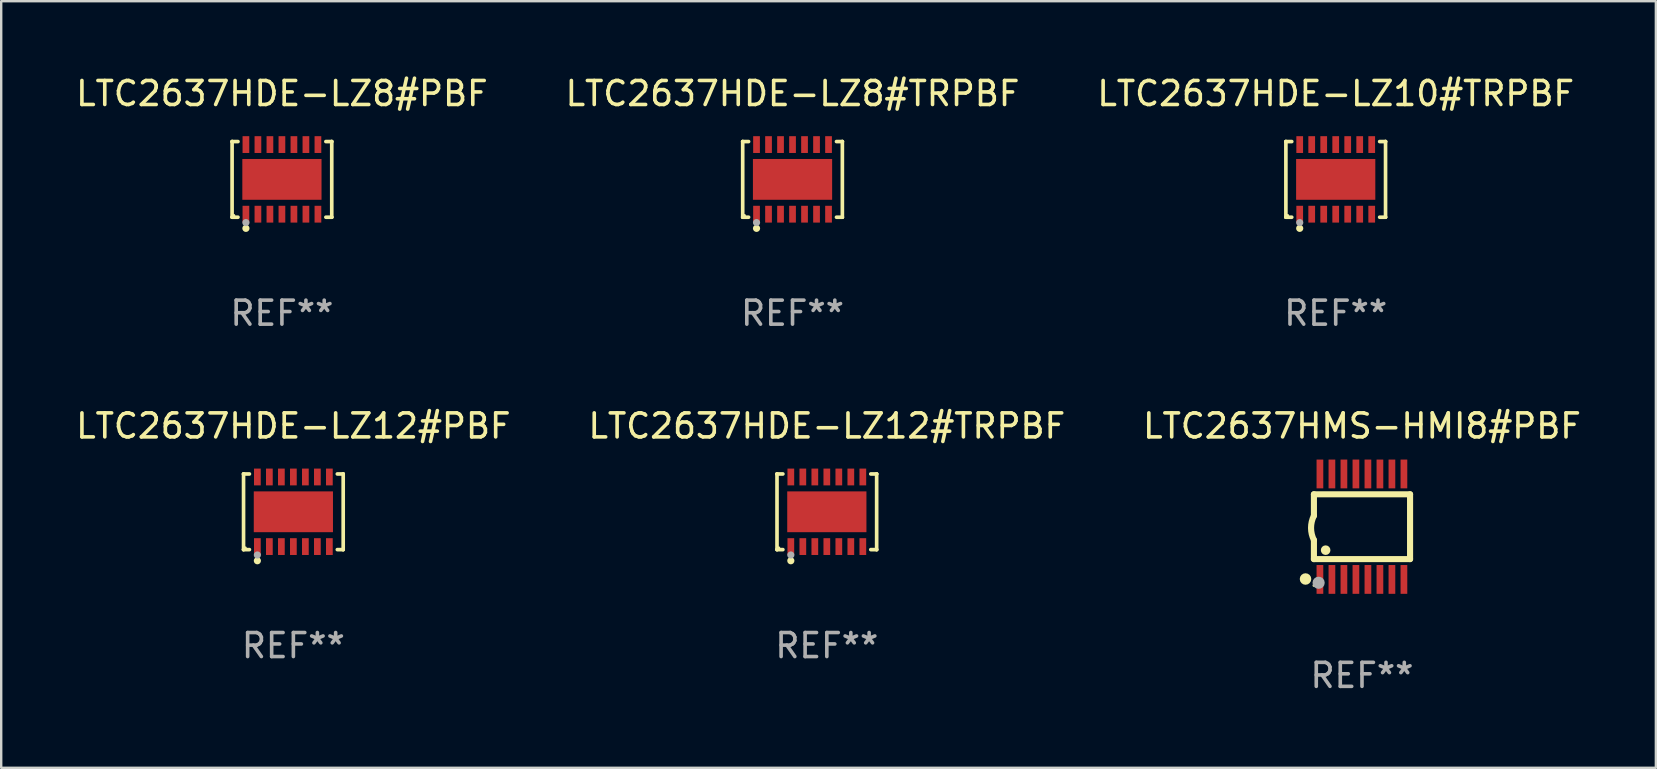
<source format=kicad_pcb>
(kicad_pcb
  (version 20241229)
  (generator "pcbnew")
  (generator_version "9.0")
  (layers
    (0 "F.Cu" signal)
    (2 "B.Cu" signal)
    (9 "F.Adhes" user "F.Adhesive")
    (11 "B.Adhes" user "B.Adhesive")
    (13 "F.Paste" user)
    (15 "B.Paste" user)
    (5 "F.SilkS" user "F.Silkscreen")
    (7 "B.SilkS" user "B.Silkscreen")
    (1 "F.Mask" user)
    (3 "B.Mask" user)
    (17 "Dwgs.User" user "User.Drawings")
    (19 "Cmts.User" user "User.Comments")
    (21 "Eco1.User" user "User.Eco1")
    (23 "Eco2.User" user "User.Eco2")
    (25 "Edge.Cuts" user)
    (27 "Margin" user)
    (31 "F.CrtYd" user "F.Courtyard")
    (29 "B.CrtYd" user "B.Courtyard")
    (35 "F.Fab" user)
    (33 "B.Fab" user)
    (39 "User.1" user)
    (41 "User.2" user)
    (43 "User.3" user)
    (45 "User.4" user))
  (footprint "LTC2637HDE-LZ8#TRPBF"
    (layer "F.Cu")
    (at 29.97 4.424)
    (property "Reference" "LTC2637HDE-LZ8#TRPBF" (at 0 -3.576 0) (layer "F.SilkS") (effects (font (size 1 1) (thickness 0.15))))
    (attr through_hole)
    (fp_line (start -2.076 -1.576) (end -2.076 -1.576) (stroke (width 0.152) (type solid)) (layer "F.SilkS"))
    (fp_line (start -2.076 -1.576) (end -1.831 -1.576) (stroke (width 0.152) (type solid)) (layer "F.SilkS"))
    (fp_line (start -2.076 1.576) (end -2.076 -1.576) (stroke (width 0.152) (type solid)) (layer "F.SilkS"))
    (fp_line (start -2.076 1.576) (end -2.076 1.576) (stroke (width 0.152) (type solid)) (layer "F.SilkS"))
    (fp_line (start -1.831 1.576) (end -2.076 1.576) (stroke (width 0.152) (type solid)) (layer "F.SilkS"))
    (fp_line (start 1.831 1.576) (end 2.076 1.576) (stroke (width 0.152) (type solid)) (layer "F.SilkS"))
    (fp_line (start 2.076 -1.576) (end 1.831 -1.576) (stroke (width 0.152) (type solid)) (layer "F.SilkS"))
    (fp_line (start 2.076 -1.576) (end 2.076 -1.576) (stroke (width 0.152) (type solid)) (layer "F.SilkS"))
    (fp_line (start 2.076 1.576) (end 2.076 -1.576) (stroke (width 0.152) (type solid)) (layer "F.SilkS"))
    (fp_line (start 2.076 1.576) (end 2.076 1.576) (stroke (width 0.152) (type solid)) (layer "F.SilkS"))
    (fp_circle (center -2 1.5) (end -1.97 1.5) (stroke (width 0.06) (type solid)) (fill no) (layer "F.SilkS"))
    (fp_circle (center -1.5 2.04) (end -1.425 2.04) (stroke (width 0.15) (type solid)) (fill no) (layer "F.SilkS"))
    (fp_circle (center -1.5 1.8) (end -1.425 1.8) (stroke (width 0.15) (type solid)) (fill no) (layer "F.Fab"))
    (fp_text user "REF**" (at 0 5.576 0) (layer "F.Fab") (effects (font (size 1 1) (thickness 0.15))))
    (pad "1" smd rect (at -1.5 1.45) (size 0.28 0.7) (layers "F.Cu" "F.Mask" "F.Paste"))
    (pad "2" smd rect (at -1 1.45) (size 0.28 0.7) (layers "F.Cu" "F.Mask" "F.Paste"))
    (pad "3" smd rect (at -0.5 1.45) (size 0.28 0.7) (layers "F.Cu" "F.Mask" "F.Paste"))
    (pad "4" smd rect (at 0 1.45) (size 0.28 0.7) (layers "F.Cu" "F.Mask" "F.Paste"))
    (pad "5" smd rect (at 0.5 1.45) (size 0.28 0.7) (layers "F.Cu" "F.Mask" "F.Paste"))
    (pad "6" smd rect (at 1 1.45) (size 0.28 0.7) (layers "F.Cu" "F.Mask" "F.Paste"))
    (pad "7" smd rect (at 1.5 1.45) (size 0.28 0.7) (layers "F.Cu" "F.Mask" "F.Paste"))
    (pad "8" smd rect (at 1.5 -1.45) (size 0.28 0.7) (layers "F.Cu" "F.Mask" "F.Paste"))
    (pad "9" smd rect (at 1 -1.45) (size 0.28 0.7) (layers "F.Cu" "F.Mask" "F.Paste"))
    (pad "10" smd rect (at 0.5 -1.45) (size 0.28 0.7) (layers "F.Cu" "F.Mask" "F.Paste"))
    (pad "11" smd rect (at 0 -1.45) (size 0.28 0.7) (layers "F.Cu" "F.Mask" "F.Paste"))
    (pad "12" smd rect (at -0.5 -1.45) (size 0.28 0.7) (layers "F.Cu" "F.Mask" "F.Paste"))
    (pad "13" smd rect (at -1 -1.45) (size 0.28 0.7) (layers "F.Cu" "F.Mask" "F.Paste"))
    (pad "14" smd rect (at -1.5 -1.45) (size 0.28 0.7) (layers "F.Cu" "F.Mask" "F.Paste"))
    (pad "15" smd rect (at 0 0) (size 3.3 1.7) (layers "F.Cu" "F.Mask" "F.Paste")))
  (footprint "LTC2637HDE-LZ10#TRPBF"
    (layer "F.Cu")
    (at 52.601 4.424)
    (property "Reference" "LTC2637HDE-LZ10#TRPBF" (at 0 -3.576 0) (layer "F.SilkS") (effects (font (size 1 1) (thickness 0.15))))
    (attr through_hole)
    (fp_line (start -2.076 -1.576) (end -2.076 -1.576) (stroke (width 0.152) (type solid)) (layer "F.SilkS"))
    (fp_line (start -2.076 -1.576) (end -1.831 -1.576) (stroke (width 0.152) (type solid)) (layer "F.SilkS"))
    (fp_line (start -2.076 1.576) (end -2.076 -1.576) (stroke (width 0.152) (type solid)) (layer "F.SilkS"))
    (fp_line (start -2.076 1.576) (end -2.076 1.576) (stroke (width 0.152) (type solid)) (layer "F.SilkS"))
    (fp_line (start -1.831 1.576) (end -2.076 1.576) (stroke (width 0.152) (type solid)) (layer "F.SilkS"))
    (fp_line (start 1.831 1.576) (end 2.076 1.576) (stroke (width 0.152) (type solid)) (layer "F.SilkS"))
    (fp_line (start 2.076 -1.576) (end 1.831 -1.576) (stroke (width 0.152) (type solid)) (layer "F.SilkS"))
    (fp_line (start 2.076 -1.576) (end 2.076 -1.576) (stroke (width 0.152) (type solid)) (layer "F.SilkS"))
    (fp_line (start 2.076 1.576) (end 2.076 -1.576) (stroke (width 0.152) (type solid)) (layer "F.SilkS"))
    (fp_line (start 2.076 1.576) (end 2.076 1.576) (stroke (width 0.152) (type solid)) (layer "F.SilkS"))
    (fp_circle (center -2 1.5) (end -1.97 1.5) (stroke (width 0.06) (type solid)) (fill no) (layer "F.SilkS"))
    (fp_circle (center -1.5 2.04) (end -1.425 2.04) (stroke (width 0.15) (type solid)) (fill no) (layer "F.SilkS"))
    (fp_circle (center -1.5 1.8) (end -1.425 1.8) (stroke (width 0.15) (type solid)) (fill no) (layer "F.Fab"))
    (fp_text user "REF**" (at 0 5.576 0) (layer "F.Fab") (effects (font (size 1 1) (thickness 0.15))))
    (pad "1" smd rect (at -1.5 1.45) (size 0.28 0.7) (layers "F.Cu" "F.Mask" "F.Paste"))
    (pad "2" smd rect (at -1 1.45) (size 0.28 0.7) (layers "F.Cu" "F.Mask" "F.Paste"))
    (pad "3" smd rect (at -0.5 1.45) (size 0.28 0.7) (layers "F.Cu" "F.Mask" "F.Paste"))
    (pad "4" smd rect (at 0 1.45) (size 0.28 0.7) (layers "F.Cu" "F.Mask" "F.Paste"))
    (pad "5" smd rect (at 0.5 1.45) (size 0.28 0.7) (layers "F.Cu" "F.Mask" "F.Paste"))
    (pad "6" smd rect (at 1 1.45) (size 0.28 0.7) (layers "F.Cu" "F.Mask" "F.Paste"))
    (pad "7" smd rect (at 1.5 1.45) (size 0.28 0.7) (layers "F.Cu" "F.Mask" "F.Paste"))
    (pad "8" smd rect (at 1.5 -1.45) (size 0.28 0.7) (layers "F.Cu" "F.Mask" "F.Paste"))
    (pad "9" smd rect (at 1 -1.45) (size 0.28 0.7) (layers "F.Cu" "F.Mask" "F.Paste"))
    (pad "10" smd rect (at 0.5 -1.45) (size 0.28 0.7) (layers "F.Cu" "F.Mask" "F.Paste"))
    (pad "11" smd rect (at 0 -1.45) (size 0.28 0.7) (layers "F.Cu" "F.Mask" "F.Paste"))
    (pad "12" smd rect (at -0.5 -1.45) (size 0.28 0.7) (layers "F.Cu" "F.Mask" "F.Paste"))
    (pad "13" smd rect (at -1 -1.45) (size 0.28 0.7) (layers "F.Cu" "F.Mask" "F.Paste"))
    (pad "14" smd rect (at -1.5 -1.45) (size 0.28 0.7) (layers "F.Cu" "F.Mask" "F.Paste"))
    (pad "15" smd rect (at 0 0) (size 3.3 1.7) (layers "F.Cu" "F.Mask" "F.Paste")))
  (footprint "LTC2637HDE-LZ12#TRPBF"
    (layer "F.Cu")
    (at 31.399 18.273)
    (property "Reference" "LTC2637HDE-LZ12#TRPBF" (at 0 -3.576 0) (layer "F.SilkS") (effects (font (size 1 1) (thickness 0.15))))
    (attr through_hole)
    (fp_line (start -2.076 -1.576) (end -2.076 -1.576) (stroke (width 0.152) (type solid)) (layer "F.SilkS"))
    (fp_line (start -2.076 -1.576) (end -1.831 -1.576) (stroke (width 0.152) (type solid)) (layer "F.SilkS"))
    (fp_line (start -2.076 1.576) (end -2.076 -1.576) (stroke (width 0.152) (type solid)) (layer "F.SilkS"))
    (fp_line (start -2.076 1.576) (end -2.076 1.576) (stroke (width 0.152) (type solid)) (layer "F.SilkS"))
    (fp_line (start -1.831 1.576) (end -2.076 1.576) (stroke (width 0.152) (type solid)) (layer "F.SilkS"))
    (fp_line (start 1.831 1.576) (end 2.076 1.576) (stroke (width 0.152) (type solid)) (layer "F.SilkS"))
    (fp_line (start 2.076 -1.576) (end 1.831 -1.576) (stroke (width 0.152) (type solid)) (layer "F.SilkS"))
    (fp_line (start 2.076 -1.576) (end 2.076 -1.576) (stroke (width 0.152) (type solid)) (layer "F.SilkS"))
    (fp_line (start 2.076 1.576) (end 2.076 -1.576) (stroke (width 0.152) (type solid)) (layer "F.SilkS"))
    (fp_line (start 2.076 1.576) (end 2.076 1.576) (stroke (width 0.152) (type solid)) (layer "F.SilkS"))
    (fp_circle (center -2 1.5) (end -1.97 1.5) (stroke (width 0.06) (type solid)) (fill no) (layer "F.SilkS"))
    (fp_circle (center -1.5 2.04) (end -1.425 2.04) (stroke (width 0.15) (type solid)) (fill no) (layer "F.SilkS"))
    (fp_circle (center -1.5 1.8) (end -1.425 1.8) (stroke (width 0.15) (type solid)) (fill no) (layer "F.Fab"))
    (fp_text user "REF**" (at 0 5.576 0) (layer "F.Fab") (effects (font (size 1 1) (thickness 0.15))))
    (pad "1" smd rect (at -1.5 1.45) (size 0.28 0.7) (layers "F.Cu" "F.Mask" "F.Paste"))
    (pad "2" smd rect (at -1 1.45) (size 0.28 0.7) (layers "F.Cu" "F.Mask" "F.Paste"))
    (pad "3" smd rect (at -0.5 1.45) (size 0.28 0.7) (layers "F.Cu" "F.Mask" "F.Paste"))
    (pad "4" smd rect (at 0 1.45) (size 0.28 0.7) (layers "F.Cu" "F.Mask" "F.Paste"))
    (pad "5" smd rect (at 0.5 1.45) (size 0.28 0.7) (layers "F.Cu" "F.Mask" "F.Paste"))
    (pad "6" smd rect (at 1 1.45) (size 0.28 0.7) (layers "F.Cu" "F.Mask" "F.Paste"))
    (pad "7" smd rect (at 1.5 1.45) (size 0.28 0.7) (layers "F.Cu" "F.Mask" "F.Paste"))
    (pad "8" smd rect (at 1.5 -1.45) (size 0.28 0.7) (layers "F.Cu" "F.Mask" "F.Paste"))
    (pad "9" smd rect (at 1 -1.45) (size 0.28 0.7) (layers "F.Cu" "F.Mask" "F.Paste"))
    (pad "10" smd rect (at 0.5 -1.45) (size 0.28 0.7) (layers "F.Cu" "F.Mask" "F.Paste"))
    (pad "11" smd rect (at 0 -1.45) (size 0.28 0.7) (layers "F.Cu" "F.Mask" "F.Paste"))
    (pad "12" smd rect (at -0.5 -1.45) (size 0.28 0.7) (layers "F.Cu" "F.Mask" "F.Paste"))
    (pad "13" smd rect (at -1 -1.45) (size 0.28 0.7) (layers "F.Cu" "F.Mask" "F.Paste"))
    (pad "14" smd rect (at -1.5 -1.45) (size 0.28 0.7) (layers "F.Cu" "F.Mask" "F.Paste"))
    (pad "15" smd rect (at 0 0) (size 3.3 1.7) (layers "F.Cu" "F.Mask" "F.Paste")))
  (footprint "LTC2637HDE-LZ12#PBF"
    (layer "F.Cu")
    (at 9.173 18.273)
    (property "Reference" "LTC2637HDE-LZ12#PBF" (at 0 -3.576 0) (layer "F.SilkS") (effects (font (size 1 1) (thickness 0.15))))
    (attr through_hole)
    (fp_line (start -2.076 -1.576) (end -2.076 -1.576) (stroke (width 0.152) (type solid)) (layer "F.SilkS"))
    (fp_line (start -2.076 -1.576) (end -1.831 -1.576) (stroke (width 0.152) (type solid)) (layer "F.SilkS"))
    (fp_line (start -2.076 1.576) (end -2.076 -1.576) (stroke (width 0.152) (type solid)) (layer "F.SilkS"))
    (fp_line (start -2.076 1.576) (end -2.076 1.576) (stroke (width 0.152) (type solid)) (layer "F.SilkS"))
    (fp_line (start -1.831 1.576) (end -2.076 1.576) (stroke (width 0.152) (type solid)) (layer "F.SilkS"))
    (fp_line (start 1.831 1.576) (end 2.076 1.576) (stroke (width 0.152) (type solid)) (layer "F.SilkS"))
    (fp_line (start 2.076 -1.576) (end 1.831 -1.576) (stroke (width 0.152) (type solid)) (layer "F.SilkS"))
    (fp_line (start 2.076 -1.576) (end 2.076 -1.576) (stroke (width 0.152) (type solid)) (layer "F.SilkS"))
    (fp_line (start 2.076 1.576) (end 2.076 -1.576) (stroke (width 0.152) (type solid)) (layer "F.SilkS"))
    (fp_line (start 2.076 1.576) (end 2.076 1.576) (stroke (width 0.152) (type solid)) (layer "F.SilkS"))
    (fp_circle (center -2 1.5) (end -1.97 1.5) (stroke (width 0.06) (type solid)) (fill no) (layer "F.SilkS"))
    (fp_circle (center -1.5 2.04) (end -1.425 2.04) (stroke (width 0.15) (type solid)) (fill no) (layer "F.SilkS"))
    (fp_circle (center -1.5 1.8) (end -1.425 1.8) (stroke (width 0.15) (type solid)) (fill no) (layer "F.Fab"))
    (fp_text user "REF**" (at 0 5.576 0) (layer "F.Fab") (effects (font (size 1 1) (thickness 0.15))))
    (pad "1" smd rect (at -1.5 1.45) (size 0.28 0.7) (layers "F.Cu" "F.Mask" "F.Paste"))
    (pad "2" smd rect (at -1 1.45) (size 0.28 0.7) (layers "F.Cu" "F.Mask" "F.Paste"))
    (pad "3" smd rect (at -0.5 1.45) (size 0.28 0.7) (layers "F.Cu" "F.Mask" "F.Paste"))
    (pad "4" smd rect (at 0 1.45) (size 0.28 0.7) (layers "F.Cu" "F.Mask" "F.Paste"))
    (pad "5" smd rect (at 0.5 1.45) (size 0.28 0.7) (layers "F.Cu" "F.Mask" "F.Paste"))
    (pad "6" smd rect (at 1 1.45) (size 0.28 0.7) (layers "F.Cu" "F.Mask" "F.Paste"))
    (pad "7" smd rect (at 1.5 1.45) (size 0.28 0.7) (layers "F.Cu" "F.Mask" "F.Paste"))
    (pad "8" smd rect (at 1.5 -1.45) (size 0.28 0.7) (layers "F.Cu" "F.Mask" "F.Paste"))
    (pad "9" smd rect (at 1 -1.45) (size 0.28 0.7) (layers "F.Cu" "F.Mask" "F.Paste"))
    (pad "10" smd rect (at 0.5 -1.45) (size 0.28 0.7) (layers "F.Cu" "F.Mask" "F.Paste"))
    (pad "11" smd rect (at 0 -1.45) (size 0.28 0.7) (layers "F.Cu" "F.Mask" "F.Paste"))
    (pad "12" smd rect (at -0.5 -1.45) (size 0.28 0.7) (layers "F.Cu" "F.Mask" "F.Paste"))
    (pad "13" smd rect (at -1 -1.45) (size 0.28 0.7) (layers "F.Cu" "F.Mask" "F.Paste"))
    (pad "14" smd rect (at -1.5 -1.45) (size 0.28 0.7) (layers "F.Cu" "F.Mask" "F.Paste"))
    (pad "15" smd rect (at 0 0) (size 3.3 1.7) (layers "F.Cu" "F.Mask" "F.Paste")))
  (footprint "LTC2637HDE-LZ8#PBF"
    (layer "F.Cu")
    (at 8.696 4.424)
    (property "Reference" "LTC2637HDE-LZ8#PBF" (at 0 -3.576 0) (layer "F.SilkS") (effects (font (size 1 1) (thickness 0.15))))
    (attr through_hole)
    (fp_line (start -2.076 -1.576) (end -2.076 -1.576) (stroke (width 0.152) (type solid)) (layer "F.SilkS"))
    (fp_line (start -2.076 -1.576) (end -1.831 -1.576) (stroke (width 0.152) (type solid)) (layer "F.SilkS"))
    (fp_line (start -2.076 1.576) (end -2.076 -1.576) (stroke (width 0.152) (type solid)) (layer "F.SilkS"))
    (fp_line (start -2.076 1.576) (end -2.076 1.576) (stroke (width 0.152) (type solid)) (layer "F.SilkS"))
    (fp_line (start -1.831 1.576) (end -2.076 1.576) (stroke (width 0.152) (type solid)) (layer "F.SilkS"))
    (fp_line (start 1.831 1.576) (end 2.076 1.576) (stroke (width 0.152) (type solid)) (layer "F.SilkS"))
    (fp_line (start 2.076 -1.576) (end 1.831 -1.576) (stroke (width 0.152) (type solid)) (layer "F.SilkS"))
    (fp_line (start 2.076 -1.576) (end 2.076 -1.576) (stroke (width 0.152) (type solid)) (layer "F.SilkS"))
    (fp_line (start 2.076 1.576) (end 2.076 -1.576) (stroke (width 0.152) (type solid)) (layer "F.SilkS"))
    (fp_line (start 2.076 1.576) (end 2.076 1.576) (stroke (width 0.152) (type solid)) (layer "F.SilkS"))
    (fp_circle (center -2 1.5) (end -1.97 1.5) (stroke (width 0.06) (type solid)) (fill no) (layer "F.SilkS"))
    (fp_circle (center -1.5 2.04) (end -1.425 2.04) (stroke (width 0.15) (type solid)) (fill no) (layer "F.SilkS"))
    (fp_circle (center -1.5 1.8) (end -1.425 1.8) (stroke (width 0.15) (type solid)) (fill no) (layer "F.Fab"))
    (fp_text user "REF**" (at 0 5.576 0) (layer "F.Fab") (effects (font (size 1 1) (thickness 0.15))))
    (pad "1" smd rect (at -1.5 1.45) (size 0.28 0.7) (layers "F.Cu" "F.Mask" "F.Paste"))
    (pad "2" smd rect (at -1 1.45) (size 0.28 0.7) (layers "F.Cu" "F.Mask" "F.Paste"))
    (pad "3" smd rect (at -0.5 1.45) (size 0.28 0.7) (layers "F.Cu" "F.Mask" "F.Paste"))
    (pad "4" smd rect (at 0 1.45) (size 0.28 0.7) (layers "F.Cu" "F.Mask" "F.Paste"))
    (pad "5" smd rect (at 0.5 1.45) (size 0.28 0.7) (layers "F.Cu" "F.Mask" "F.Paste"))
    (pad "6" smd rect (at 1 1.45) (size 0.28 0.7) (layers "F.Cu" "F.Mask" "F.Paste"))
    (pad "7" smd rect (at 1.5 1.45) (size 0.28 0.7) (layers "F.Cu" "F.Mask" "F.Paste"))
    (pad "8" smd rect (at 1.5 -1.45) (size 0.28 0.7) (layers "F.Cu" "F.Mask" "F.Paste"))
    (pad "9" smd rect (at 1 -1.45) (size 0.28 0.7) (layers "F.Cu" "F.Mask" "F.Paste"))
    (pad "10" smd rect (at 0.5 -1.45) (size 0.28 0.7) (layers "F.Cu" "F.Mask" "F.Paste"))
    (pad "11" smd rect (at 0 -1.45) (size 0.28 0.7) (layers "F.Cu" "F.Mask" "F.Paste"))
    (pad "12" smd rect (at -0.5 -1.45) (size 0.28 0.7) (layers "F.Cu" "F.Mask" "F.Paste"))
    (pad "13" smd rect (at -1 -1.45) (size 0.28 0.7) (layers "F.Cu" "F.Mask" "F.Paste"))
    (pad "14" smd rect (at -1.5 -1.45) (size 0.28 0.7) (layers "F.Cu" "F.Mask" "F.Paste"))
    (pad "15" smd rect (at 0 0) (size 3.3 1.7) (layers "F.Cu" "F.Mask" "F.Paste")))
  (footprint "LTC2637HMS-HMI8#PBF"
    (layer "F.Cu")
    (at 53.696 18.894)
    (property "Reference" "LTC2637HMS-HMI8#PBF" (at 0 -4.197 0) (layer "F.SilkS") (effects (font (size 1 1) (thickness 0.15))))
    (attr through_hole)
    (fp_line (start -2.003 -1.35) (end -2.003 -0.457) (stroke (width 0.254) (type solid)) (layer "F.SilkS"))
    (fp_line (start -2.003 -1.35) (end 2.003 -1.35) (stroke (width 0.254) (type solid)) (layer "F.SilkS"))
    (fp_line (start -2.003 1.35) (end -2.003 0.559) (stroke (width 0.254) (type solid)) (layer "F.SilkS"))
    (fp_line (start -2.003 1.35) (end 2.003 1.35) (stroke (width 0.254) (type solid)) (layer "F.SilkS"))
    (fp_line (start 2.003 -1.35) (end 2.003 1.35) (stroke (width 0.254) (type solid)) (layer "F.SilkS"))
    (fp_arc (start -2.002286 0.558802) (mid -2.122556 0.05092) (end -2.003302 -0.457201) (stroke (width 0.254001) (type solid)) (layer "F.SilkS"))
    (fp_circle (center -2.353 2.18) (end -2.233 2.18) (stroke (width 0.24) (type solid)) (fill no) (layer "F.SilkS"))
    (fp_circle (center -2.003 2.45) (end -1.973 2.45) (stroke (width 0.06) (type solid)) (fill no) (layer "F.SilkS"))
    (fp_circle (center -1.515 0.978) (end -1.415 0.978) (stroke (width 0.2) (type solid)) (fill no) (layer "F.SilkS"))
    (fp_circle (center -1.807 2.337) (end -1.68 2.337) (stroke (width 0.254) (type solid)) (fill no) (layer "F.Fab"))
    (fp_text user "REF**" (at 0 6.197 0) (layer "F.Fab") (effects (font (size 1 1) (thickness 0.15))))
    (pad "1" smd rect (at -1.753 2.197 90) (size 1.2 0.28) (layers "F.Cu" "F.Mask" "F.Paste"))
    (pad "2" smd rect (at -1.253 2.197 90) (size 1.2 0.28) (layers "F.Cu" "F.Mask" "F.Paste"))
    (pad "3" smd rect (at -0.753 2.197 90) (size 1.2 0.28) (layers "F.Cu" "F.Mask" "F.Paste"))
    (pad "4" smd rect (at -0.253 2.197 90) (size 1.2 0.28) (layers "F.Cu" "F.Mask" "F.Paste"))
    (pad "5" smd rect (at 0.247 2.197 90) (size 1.2 0.28) (layers "F.Cu" "F.Mask" "F.Paste"))
    (pad "6" smd rect (at 0.747 2.197 90) (size 1.2 0.28) (layers "F.Cu" "F.Mask" "F.Paste"))
    (pad "7" smd rect (at 1.247 2.197 90) (size 1.2 0.28) (layers "F.Cu" "F.Mask" "F.Paste"))
    (pad "8" smd rect (at 1.747 2.197 90) (size 1.2 0.28) (layers "F.Cu" "F.Mask" "F.Paste"))
    (pad "9" smd rect (at 1.747 -2.197 90) (size 1.2 0.28) (layers "F.Cu" "F.Mask" "F.Paste"))
    (pad "10" smd rect (at 1.247 -2.197 90) (size 1.2 0.28) (layers "F.Cu" "F.Mask" "F.Paste"))
    (pad "11" smd rect (at 0.747 -2.197 90) (size 1.2 0.28) (layers "F.Cu" "F.Mask" "F.Paste"))
    (pad "12" smd rect (at 0.247 -2.197 90) (size 1.2 0.28) (layers "F.Cu" "F.Mask" "F.Paste"))
    (pad "13" smd rect (at -0.253 -2.197 90) (size 1.2 0.28) (layers "F.Cu" "F.Mask" "F.Paste"))
    (pad "14" smd rect (at -0.753 -2.197 90) (size 1.2 0.28) (layers "F.Cu" "F.Mask" "F.Paste"))
    (pad "15" smd rect (at -1.253 -2.197 90) (size 1.2 0.28) (layers "F.Cu" "F.Mask" "F.Paste"))
    (pad "16" smd rect (at -1.753 -2.197 90) (size 1.2 0.28) (layers "F.Cu" "F.Mask" "F.Paste")))
  (gr_rect
    (start -3 -3)
    (end 65.94 28.94)
    (stroke (width 0.1) (type default))
    (fill no)
    (layer "Edge.Cuts")))
</source>
